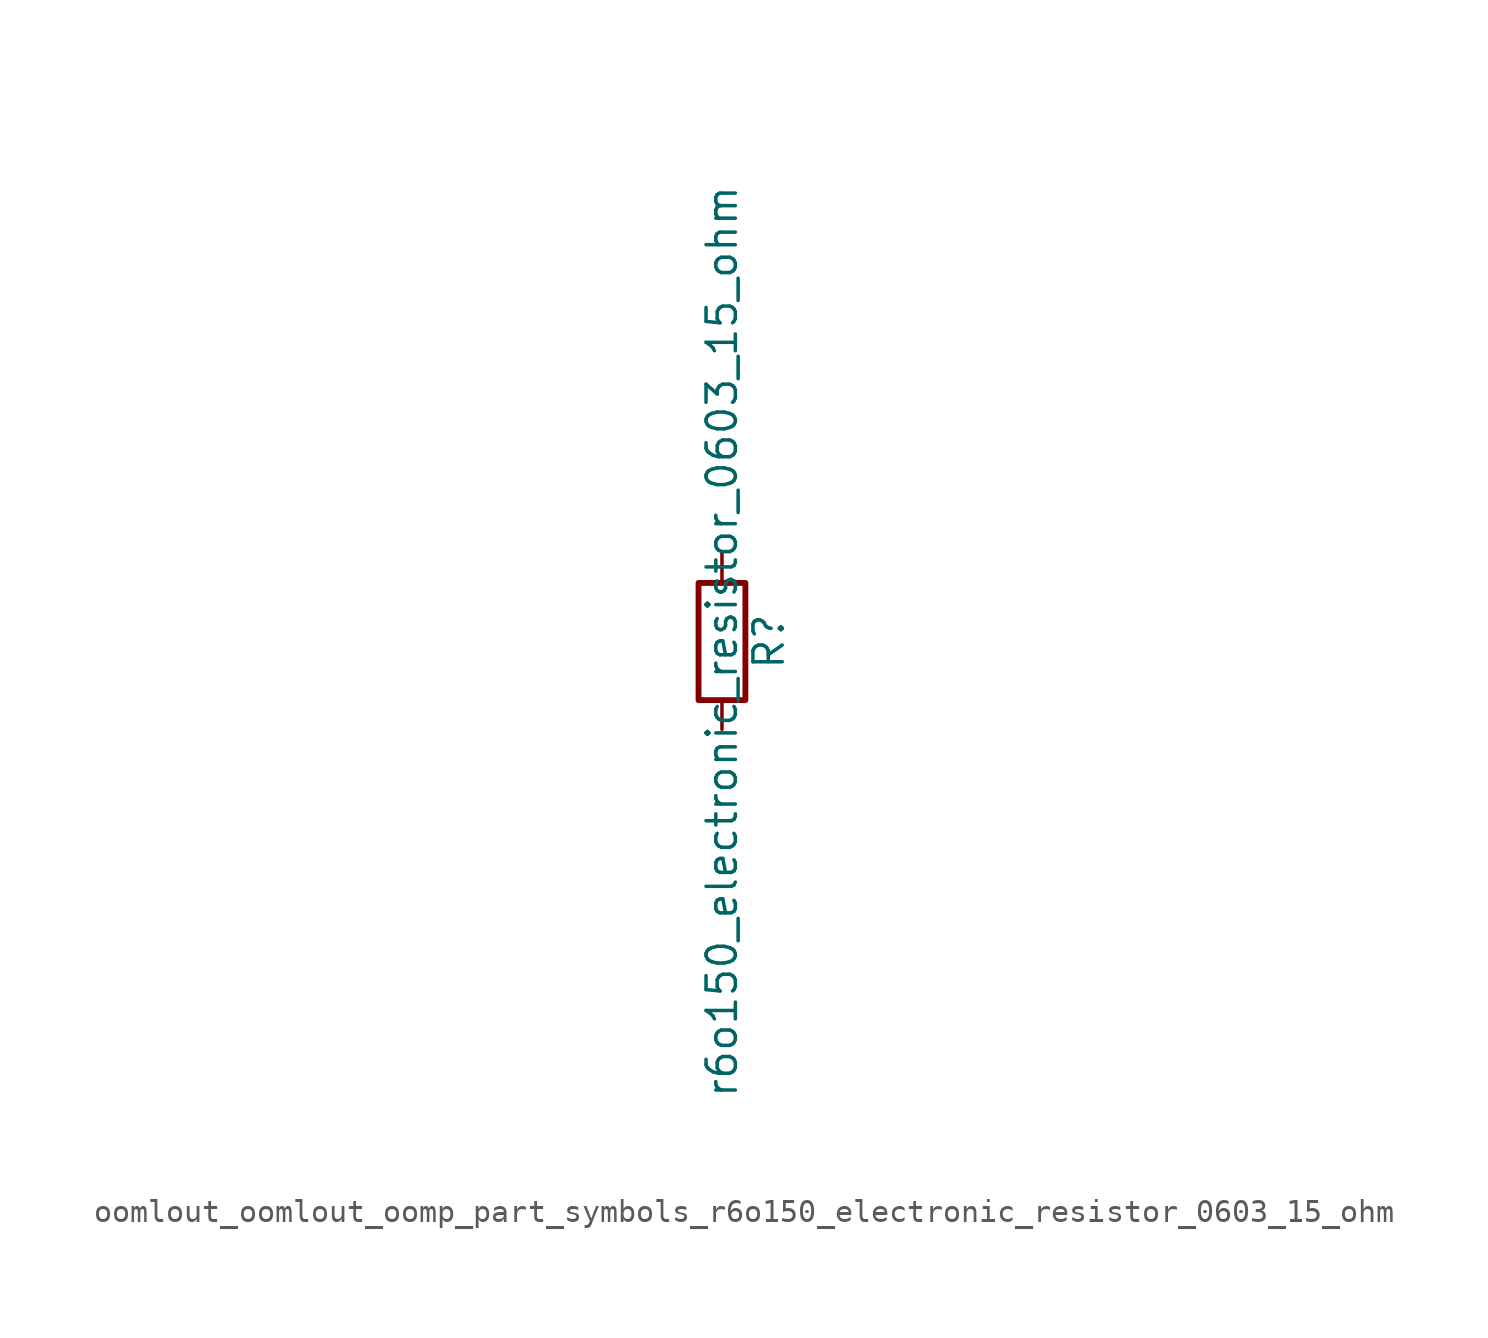
<source format=kicad_sym>
(kicad_symbol_lib
  (version 20220914)
  (generator kicad_symbol_editor)
  (symbol "oomlout_oomlout_oomp_part_symbols_r6o150_electronic_resistor_0603_15_ohm"
    (pin_numbers hide)
    (pin_names
      (offset 0))
    (property "Reference" "R"
      (at 2.032 0 90)
      (effects (font (size 1.27 1.27))))
    (property "Value" "r6o150_electronic_resistor_0603_15_ohm"
      (at 0 0 90)
      (effects (font (size 1.27 1.27))))
    (symbol "oomlout_oomlout_oomp_part_symbols_r6o150_electronic_resistor_0603_15_ohm_0_1"
      (rectangle (start -1.016 -2.54) (end 1.016 2.54) (stroke (width 0.254) (type default)) (fill (type none))))
    (symbol "oomlout_oomlout_oomp_part_symbols_r6o150_electronic_resistor_0603_15_ohm_1_1"
      (pin passive line (at 0 3.81 270) (length 1.27) (name "~" (effects (font (size 1.27 1.27)))) (number "1" (effects (font (size 1.27 1.27)))))
      (pin passive line (at 0 -3.81 90) (length 1.27) (name "~" (effects (font (size 1.27 1.27)))) (number "2" (effects (font (size 1.27 1.27))))))))
</source>
